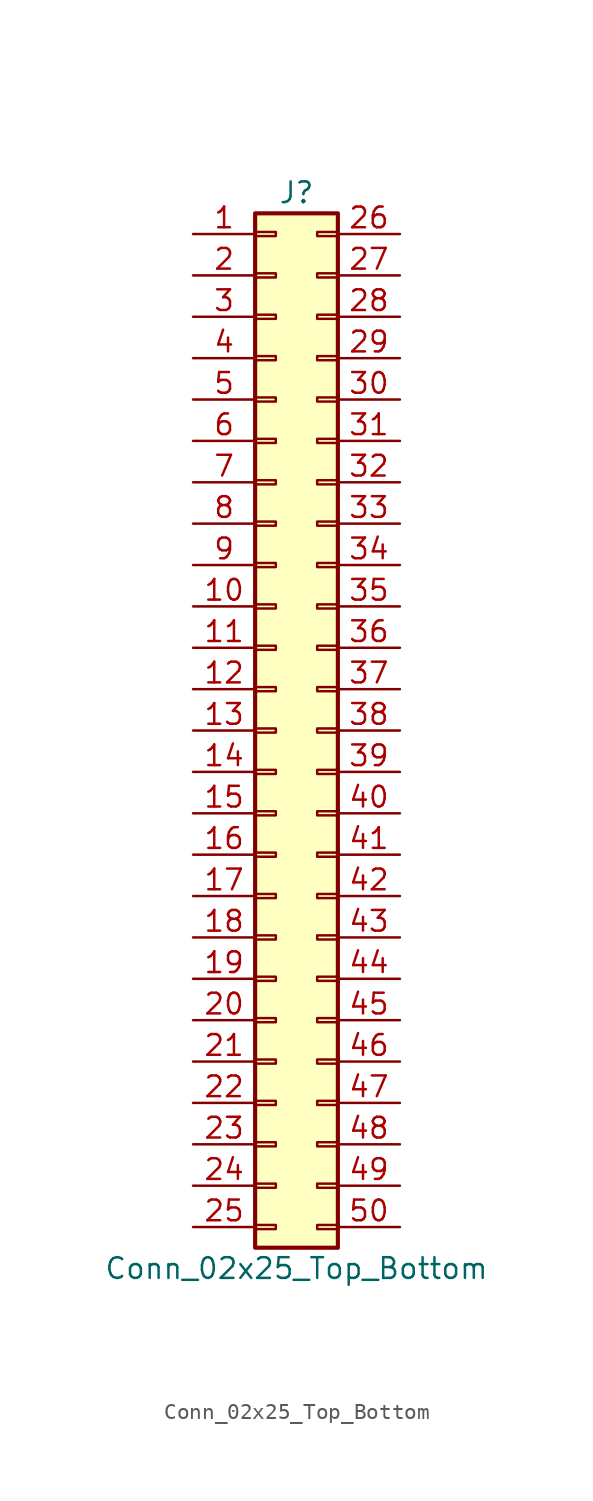
<source format=kicad_sym>
(kicad_symbol_lib
  (version 20211014)
  (generator kicad_symbol_editor)
  (symbol "Conn_02x25_Top_Bottom"
    (pin_names
      (offset 1.016) hide)
    (property "Reference" "J"
      (at 1.27 33.02 0)
      (effects (font (size 1.27 1.27))))
    (property "Value" "Conn_02x25_Top_Bottom"
      (at 1.27 -33.02 0)
      (effects (font (size 1.27 1.27))))
    (symbol "Conn_02x25_Top_Bottom_1_1"
      (rectangle (start -1.27 -30.353) (end 0 -30.607) (stroke (width 0.152) (type default) (color 0 0 0 0)) (fill (type none)))
      (rectangle (start -1.27 -27.813) (end 0 -28.067) (stroke (width 0.152) (type default) (color 0 0 0 0)) (fill (type none)))
      (rectangle (start -1.27 -25.273) (end 0 -25.527) (stroke (width 0.152) (type default) (color 0 0 0 0)) (fill (type none)))
      (rectangle (start -1.27 -22.733) (end 0 -22.987) (stroke (width 0.152) (type default) (color 0 0 0 0)) (fill (type none)))
      (rectangle (start -1.27 -20.193) (end 0 -20.447) (stroke (width 0.152) (type default) (color 0 0 0 0)) (fill (type none)))
      (rectangle (start -1.27 -17.653) (end 0 -17.907) (stroke (width 0.152) (type default) (color 0 0 0 0)) (fill (type none)))
      (rectangle (start -1.27 -15.113) (end 0 -15.367) (stroke (width 0.152) (type default) (color 0 0 0 0)) (fill (type none)))
      (rectangle (start -1.27 -12.573) (end 0 -12.827) (stroke (width 0.152) (type default) (color 0 0 0 0)) (fill (type none)))
      (rectangle (start -1.27 -10.033) (end 0 -10.287) (stroke (width 0.152) (type default) (color 0 0 0 0)) (fill (type none)))
      (rectangle (start -1.27 -7.493) (end 0 -7.747) (stroke (width 0.152) (type default) (color 0 0 0 0)) (fill (type none)))
      (rectangle (start -1.27 -4.953) (end 0 -5.207) (stroke (width 0.152) (type default) (color 0 0 0 0)) (fill (type none)))
      (rectangle (start -1.27 -2.413) (end 0 -2.667) (stroke (width 0.152) (type default) (color 0 0 0 0)) (fill (type none)))
      (rectangle (start -1.27 0.127) (end 0 -0.127) (stroke (width 0.152) (type default) (color 0 0 0 0)) (fill (type none)))
      (rectangle (start -1.27 2.667) (end 0 2.413) (stroke (width 0.152) (type default) (color 0 0 0 0)) (fill (type none)))
      (rectangle (start -1.27 5.207) (end 0 4.953) (stroke (width 0.152) (type default) (color 0 0 0 0)) (fill (type none)))
      (rectangle (start -1.27 7.747) (end 0 7.493) (stroke (width 0.152) (type default) (color 0 0 0 0)) (fill (type none)))
      (rectangle (start -1.27 10.287) (end 0 10.033) (stroke (width 0.152) (type default) (color 0 0 0 0)) (fill (type none)))
      (rectangle (start -1.27 12.827) (end 0 12.573) (stroke (width 0.152) (type default) (color 0 0 0 0)) (fill (type none)))
      (rectangle (start -1.27 15.367) (end 0 15.113) (stroke (width 0.152) (type default) (color 0 0 0 0)) (fill (type none)))
      (rectangle (start -1.27 17.907) (end 0 17.653) (stroke (width 0.152) (type default) (color 0 0 0 0)) (fill (type none)))
      (rectangle (start -1.27 20.447) (end 0 20.193) (stroke (width 0.152) (type default) (color 0 0 0 0)) (fill (type none)))
      (rectangle (start -1.27 22.987) (end 0 22.733) (stroke (width 0.152) (type default) (color 0 0 0 0)) (fill (type none)))
      (rectangle (start -1.27 25.527) (end 0 25.273) (stroke (width 0.152) (type default) (color 0 0 0 0)) (fill (type none)))
      (rectangle (start -1.27 28.067) (end 0 27.813) (stroke (width 0.152) (type default) (color 0 0 0 0)) (fill (type none)))
      (rectangle (start -1.27 30.607) (end 0 30.353) (stroke (width 0.152) (type default) (color 0 0 0 0)) (fill (type none)))
      (rectangle (start -1.27 31.75) (end 3.81 -31.75) (stroke (width 0.254) (type default) (color 0 0 0 0)) (fill (type background)))
      (rectangle (start 3.81 -30.353) (end 2.54 -30.607) (stroke (width 0.152) (type default) (color 0 0 0 0)) (fill (type none)))
      (rectangle (start 3.81 -27.813) (end 2.54 -28.067) (stroke (width 0.152) (type default) (color 0 0 0 0)) (fill (type none)))
      (rectangle (start 3.81 -25.273) (end 2.54 -25.527) (stroke (width 0.152) (type default) (color 0 0 0 0)) (fill (type none)))
      (rectangle (start 3.81 -22.733) (end 2.54 -22.987) (stroke (width 0.152) (type default) (color 0 0 0 0)) (fill (type none)))
      (rectangle (start 3.81 -20.193) (end 2.54 -20.447) (stroke (width 0.152) (type default) (color 0 0 0 0)) (fill (type none)))
      (rectangle (start 3.81 -17.653) (end 2.54 -17.907) (stroke (width 0.152) (type default) (color 0 0 0 0)) (fill (type none)))
      (rectangle (start 3.81 -15.113) (end 2.54 -15.367) (stroke (width 0.152) (type default) (color 0 0 0 0)) (fill (type none)))
      (rectangle (start 3.81 -12.573) (end 2.54 -12.827) (stroke (width 0.152) (type default) (color 0 0 0 0)) (fill (type none)))
      (rectangle (start 3.81 -10.033) (end 2.54 -10.287) (stroke (width 0.152) (type default) (color 0 0 0 0)) (fill (type none)))
      (rectangle (start 3.81 -7.493) (end 2.54 -7.747) (stroke (width 0.152) (type default) (color 0 0 0 0)) (fill (type none)))
      (rectangle (start 3.81 -4.953) (end 2.54 -5.207) (stroke (width 0.152) (type default) (color 0 0 0 0)) (fill (type none)))
      (rectangle (start 3.81 -2.413) (end 2.54 -2.667) (stroke (width 0.152) (type default) (color 0 0 0 0)) (fill (type none)))
      (rectangle (start 3.81 0.127) (end 2.54 -0.127) (stroke (width 0.152) (type default) (color 0 0 0 0)) (fill (type none)))
      (rectangle (start 3.81 2.667) (end 2.54 2.413) (stroke (width 0.152) (type default) (color 0 0 0 0)) (fill (type none)))
      (rectangle (start 3.81 5.207) (end 2.54 4.953) (stroke (width 0.152) (type default) (color 0 0 0 0)) (fill (type none)))
      (rectangle (start 3.81 7.747) (end 2.54 7.493) (stroke (width 0.152) (type default) (color 0 0 0 0)) (fill (type none)))
      (rectangle (start 3.81 10.287) (end 2.54 10.033) (stroke (width 0.152) (type default) (color 0 0 0 0)) (fill (type none)))
      (rectangle (start 3.81 12.827) (end 2.54 12.573) (stroke (width 0.152) (type default) (color 0 0 0 0)) (fill (type none)))
      (rectangle (start 3.81 15.367) (end 2.54 15.113) (stroke (width 0.152) (type default) (color 0 0 0 0)) (fill (type none)))
      (rectangle (start 3.81 17.907) (end 2.54 17.653) (stroke (width 0.152) (type default) (color 0 0 0 0)) (fill (type none)))
      (rectangle (start 3.81 20.447) (end 2.54 20.193) (stroke (width 0.152) (type default) (color 0 0 0 0)) (fill (type none)))
      (rectangle (start 3.81 22.987) (end 2.54 22.733) (stroke (width 0.152) (type default) (color 0 0 0 0)) (fill (type none)))
      (rectangle (start 3.81 25.527) (end 2.54 25.273) (stroke (width 0.152) (type default) (color 0 0 0 0)) (fill (type none)))
      (rectangle (start 3.81 28.067) (end 2.54 27.813) (stroke (width 0.152) (type default) (color 0 0 0 0)) (fill (type none)))
      (rectangle (start 3.81 30.607) (end 2.54 30.353) (stroke (width 0.152) (type default) (color 0 0 0 0)) (fill (type none)))
      (pin passive line (at -5.08 30.48 0) (length 3.81) (name "Pin_1" (effects (font (size 1.27 1.27)))) (number "1" (effects (font (size 1.27 1.27)))))
      (pin passive line (at -5.08 7.62 0) (length 3.81) (name "Pin_10" (effects (font (size 1.27 1.27)))) (number "10" (effects (font (size 1.27 1.27)))))
      (pin passive line (at -5.08 5.08 0) (length 3.81) (name "Pin_11" (effects (font (size 1.27 1.27)))) (number "11" (effects (font (size 1.27 1.27)))))
      (pin passive line (at -5.08 2.54 0) (length 3.81) (name "Pin_12" (effects (font (size 1.27 1.27)))) (number "12" (effects (font (size 1.27 1.27)))))
      (pin passive line (at -5.08 0 0) (length 3.81) (name "Pin_13" (effects (font (size 1.27 1.27)))) (number "13" (effects (font (size 1.27 1.27)))))
      (pin passive line (at -5.08 -2.54 0) (length 3.81) (name "Pin_14" (effects (font (size 1.27 1.27)))) (number "14" (effects (font (size 1.27 1.27)))))
      (pin passive line (at -5.08 -5.08 0) (length 3.81) (name "Pin_15" (effects (font (size 1.27 1.27)))) (number "15" (effects (font (size 1.27 1.27)))))
      (pin passive line (at -5.08 -7.62 0) (length 3.81) (name "Pin_16" (effects (font (size 1.27 1.27)))) (number "16" (effects (font (size 1.27 1.27)))))
      (pin passive line (at -5.08 -10.16 0) (length 3.81) (name "Pin_17" (effects (font (size 1.27 1.27)))) (number "17" (effects (font (size 1.27 1.27)))))
      (pin passive line (at -5.08 -12.7 0) (length 3.81) (name "Pin_18" (effects (font (size 1.27 1.27)))) (number "18" (effects (font (size 1.27 1.27)))))
      (pin passive line (at -5.08 -15.24 0) (length 3.81) (name "Pin_19" (effects (font (size 1.27 1.27)))) (number "19" (effects (font (size 1.27 1.27)))))
      (pin passive line (at -5.08 27.94 0) (length 3.81) (name "Pin_2" (effects (font (size 1.27 1.27)))) (number "2" (effects (font (size 1.27 1.27)))))
      (pin passive line (at -5.08 -17.78 0) (length 3.81) (name "Pin_20" (effects (font (size 1.27 1.27)))) (number "20" (effects (font (size 1.27 1.27)))))
      (pin passive line (at -5.08 -20.32 0) (length 3.81) (name "Pin_21" (effects (font (size 1.27 1.27)))) (number "21" (effects (font (size 1.27 1.27)))))
      (pin passive line (at -5.08 -22.86 0) (length 3.81) (name "Pin_22" (effects (font (size 1.27 1.27)))) (number "22" (effects (font (size 1.27 1.27)))))
      (pin passive line (at -5.08 -25.4 0) (length 3.81) (name "Pin_23" (effects (font (size 1.27 1.27)))) (number "23" (effects (font (size 1.27 1.27)))))
      (pin passive line (at -5.08 -27.94 0) (length 3.81) (name "Pin_24" (effects (font (size 1.27 1.27)))) (number "24" (effects (font (size 1.27 1.27)))))
      (pin passive line (at -5.08 -30.48 0) (length 3.81) (name "Pin_25" (effects (font (size 1.27 1.27)))) (number "25" (effects (font (size 1.27 1.27)))))
      (pin passive line (at 7.62 30.48 180) (length 3.81) (name "Pin_26" (effects (font (size 1.27 1.27)))) (number "26" (effects (font (size 1.27 1.27)))))
      (pin passive line (at 7.62 27.94 180) (length 3.81) (name "Pin_27" (effects (font (size 1.27 1.27)))) (number "27" (effects (font (size 1.27 1.27)))))
      (pin passive line (at 7.62 25.4 180) (length 3.81) (name "Pin_28" (effects (font (size 1.27 1.27)))) (number "28" (effects (font (size 1.27 1.27)))))
      (pin passive line (at 7.62 22.86 180) (length 3.81) (name "Pin_29" (effects (font (size 1.27 1.27)))) (number "29" (effects (font (size 1.27 1.27)))))
      (pin passive line (at -5.08 25.4 0) (length 3.81) (name "Pin_3" (effects (font (size 1.27 1.27)))) (number "3" (effects (font (size 1.27 1.27)))))
      (pin passive line (at 7.62 20.32 180) (length 3.81) (name "Pin_30" (effects (font (size 1.27 1.27)))) (number "30" (effects (font (size 1.27 1.27)))))
      (pin passive line (at 7.62 17.78 180) (length 3.81) (name "Pin_31" (effects (font (size 1.27 1.27)))) (number "31" (effects (font (size 1.27 1.27)))))
      (pin passive line (at 7.62 15.24 180) (length 3.81) (name "Pin_32" (effects (font (size 1.27 1.27)))) (number "32" (effects (font (size 1.27 1.27)))))
      (pin passive line (at 7.62 12.7 180) (length 3.81) (name "Pin_33" (effects (font (size 1.27 1.27)))) (number "33" (effects (font (size 1.27 1.27)))))
      (pin passive line (at 7.62 10.16 180) (length 3.81) (name "Pin_34" (effects (font (size 1.27 1.27)))) (number "34" (effects (font (size 1.27 1.27)))))
      (pin passive line (at 7.62 7.62 180) (length 3.81) (name "Pin_35" (effects (font (size 1.27 1.27)))) (number "35" (effects (font (size 1.27 1.27)))))
      (pin passive line (at 7.62 5.08 180) (length 3.81) (name "Pin_36" (effects (font (size 1.27 1.27)))) (number "36" (effects (font (size 1.27 1.27)))))
      (pin passive line (at 7.62 2.54 180) (length 3.81) (name "Pin_37" (effects (font (size 1.27 1.27)))) (number "37" (effects (font (size 1.27 1.27)))))
      (pin passive line (at 7.62 0 180) (length 3.81) (name "Pin_38" (effects (font (size 1.27 1.27)))) (number "38" (effects (font (size 1.27 1.27)))))
      (pin passive line (at 7.62 -2.54 180) (length 3.81) (name "Pin_39" (effects (font (size 1.27 1.27)))) (number "39" (effects (font (size 1.27 1.27)))))
      (pin passive line (at -5.08 22.86 0) (length 3.81) (name "Pin_4" (effects (font (size 1.27 1.27)))) (number "4" (effects (font (size 1.27 1.27)))))
      (pin passive line (at 7.62 -5.08 180) (length 3.81) (name "Pin_40" (effects (font (size 1.27 1.27)))) (number "40" (effects (font (size 1.27 1.27)))))
      (pin passive line (at 7.62 -7.62 180) (length 3.81) (name "Pin_41" (effects (font (size 1.27 1.27)))) (number "41" (effects (font (size 1.27 1.27)))))
      (pin passive line (at 7.62 -10.16 180) (length 3.81) (name "Pin_42" (effects (font (size 1.27 1.27)))) (number "42" (effects (font (size 1.27 1.27)))))
      (pin passive line (at 7.62 -12.7 180) (length 3.81) (name "Pin_43" (effects (font (size 1.27 1.27)))) (number "43" (effects (font (size 1.27 1.27)))))
      (pin passive line (at 7.62 -15.24 180) (length 3.81) (name "Pin_44" (effects (font (size 1.27 1.27)))) (number "44" (effects (font (size 1.27 1.27)))))
      (pin passive line (at 7.62 -17.78 180) (length 3.81) (name "Pin_45" (effects (font (size 1.27 1.27)))) (number "45" (effects (font (size 1.27 1.27)))))
      (pin passive line (at 7.62 -20.32 180) (length 3.81) (name "Pin_46" (effects (font (size 1.27 1.27)))) (number "46" (effects (font (size 1.27 1.27)))))
      (pin passive line (at 7.62 -22.86 180) (length 3.81) (name "Pin_47" (effects (font (size 1.27 1.27)))) (number "47" (effects (font (size 1.27 1.27)))))
      (pin passive line (at 7.62 -25.4 180) (length 3.81) (name "Pin_48" (effects (font (size 1.27 1.27)))) (number "48" (effects (font (size 1.27 1.27)))))
      (pin passive line (at 7.62 -27.94 180) (length 3.81) (name "Pin_49" (effects (font (size 1.27 1.27)))) (number "49" (effects (font (size 1.27 1.27)))))
      (pin passive line (at -5.08 20.32 0) (length 3.81) (name "Pin_5" (effects (font (size 1.27 1.27)))) (number "5" (effects (font (size 1.27 1.27)))))
      (pin passive line (at 7.62 -30.48 180) (length 3.81) (name "Pin_50" (effects (font (size 1.27 1.27)))) (number "50" (effects (font (size 1.27 1.27)))))
      (pin passive line (at -5.08 17.78 0) (length 3.81) (name "Pin_6" (effects (font (size 1.27 1.27)))) (number "6" (effects (font (size 1.27 1.27)))))
      (pin passive line (at -5.08 15.24 0) (length 3.81) (name "Pin_7" (effects (font (size 1.27 1.27)))) (number "7" (effects (font (size 1.27 1.27)))))
      (pin passive line (at -5.08 12.7 0) (length 3.81) (name "Pin_8" (effects (font (size 1.27 1.27)))) (number "8" (effects (font (size 1.27 1.27)))))
      (pin passive line (at -5.08 10.16 0) (length 3.81) (name "Pin_9" (effects (font (size 1.27 1.27)))) (number "9" (effects (font (size 1.27 1.27))))))))
</source>
